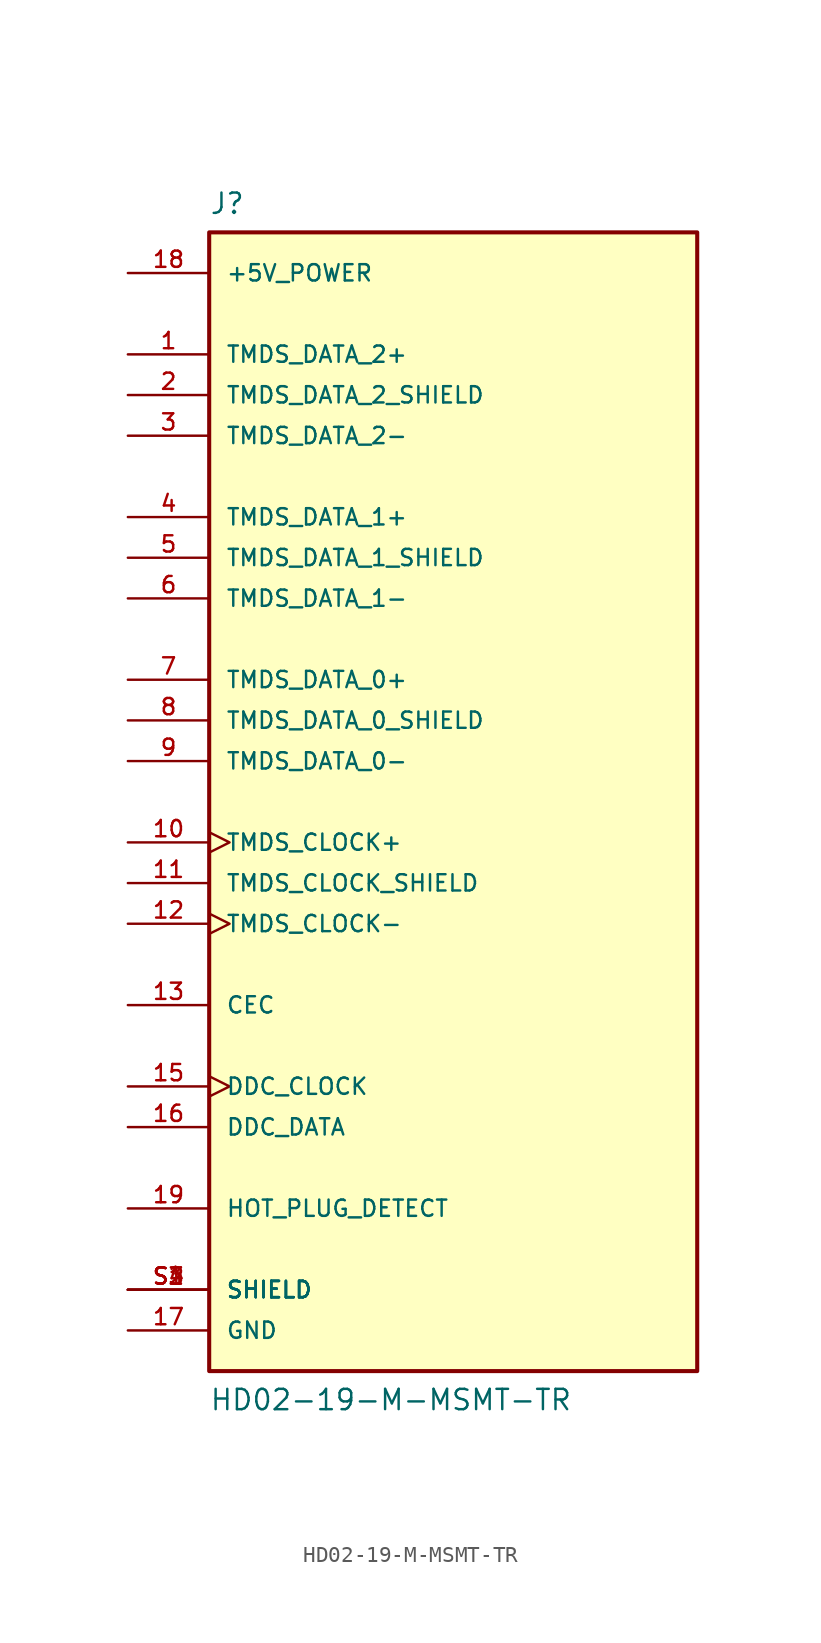
<source format=kicad_sym>
(kicad_symbol_lib
  (version 20211014)
  (generator kicad_symbol_editor)
  (symbol "HD02-19-M-MSMT-TR"
    (pin_names
      (offset 1.016))
    (property "Reference" "J"
      (at -15.24 38.1 0)
      (effects (font (size 1.27 1.27)) (justify top left)))
    (property "Value" "HD02-19-M-MSMT-TR"
      (at -15.24 -38.1 0)
      (effects (font (size 1.27 1.27)) (justify bottom left)))
    (symbol "HD02-19-M-MSMT-TR_0_0"
      (rectangle (start -15.24 -35.56) (end 15.24 35.56) (stroke (width 0.254)) (fill (type background)))
      (pin bidirectional line (at -20.32 27.94 0) (length 5.08) (name "TMDS_DATA_2+" (effects (font (size 1.016 1.016)))) (number "1" (effects (font (size 1.016 1.016)))))
      (pin passive line (at -20.32 25.4 0) (length 5.08) (name "TMDS_DATA_2_SHIELD" (effects (font (size 1.016 1.016)))) (number "2" (effects (font (size 1.016 1.016)))))
      (pin bidirectional line (at -20.32 22.86 0) (length 5.08) (name "TMDS_DATA_2-" (effects (font (size 1.016 1.016)))) (number "3" (effects (font (size 1.016 1.016)))))
      (pin bidirectional line (at -20.32 17.78 0) (length 5.08) (name "TMDS_DATA_1+" (effects (font (size 1.016 1.016)))) (number "4" (effects (font (size 1.016 1.016)))))
      (pin passive line (at -20.32 15.24 0) (length 5.08) (name "TMDS_DATA_1_SHIELD" (effects (font (size 1.016 1.016)))) (number "5" (effects (font (size 1.016 1.016)))))
      (pin bidirectional line (at -20.32 12.7 0) (length 5.08) (name "TMDS_DATA_1-" (effects (font (size 1.016 1.016)))) (number "6" (effects (font (size 1.016 1.016)))))
      (pin bidirectional line (at -20.32 7.62 0) (length 5.08) (name "TMDS_DATA_0+" (effects (font (size 1.016 1.016)))) (number "7" (effects (font (size 1.016 1.016)))))
      (pin passive line (at -20.32 5.08 0) (length 5.08) (name "TMDS_DATA_0_SHIELD" (effects (font (size 1.016 1.016)))) (number "8" (effects (font (size 1.016 1.016)))))
      (pin bidirectional line (at -20.32 2.54 0) (length 5.08) (name "TMDS_DATA_0-" (effects (font (size 1.016 1.016)))) (number "9" (effects (font (size 1.016 1.016)))))
      (pin bidirectional clock (at -20.32 -2.54 0) (length 5.08) (name "TMDS_CLOCK+" (effects (font (size 1.016 1.016)))) (number "10" (effects (font (size 1.016 1.016)))))
      (pin passive line (at -20.32 -5.08 0) (length 5.08) (name "TMDS_CLOCK_SHIELD" (effects (font (size 1.016 1.016)))) (number "11" (effects (font (size 1.016 1.016)))))
      (pin bidirectional clock (at -20.32 -7.62 0) (length 5.08) (name "TMDS_CLOCK-" (effects (font (size 1.016 1.016)))) (number "12" (effects (font (size 1.016 1.016)))))
      (pin bidirectional line (at -20.32 -12.7 0) (length 5.08) (name "CEC" (effects (font (size 1.016 1.016)))) (number "13" (effects (font (size 1.016 1.016)))))
      (pin bidirectional clock (at -20.32 -17.78 0) (length 5.08) (name "DDC_CLOCK" (effects (font (size 1.016 1.016)))) (number "15" (effects (font (size 1.016 1.016)))))
      (pin bidirectional line (at -20.32 -20.32 0) (length 5.08) (name "DDC_DATA" (effects (font (size 1.016 1.016)))) (number "16" (effects (font (size 1.016 1.016)))))
      (pin power_in line (at -20.32 -33.02 0) (length 5.08) (name "GND" (effects (font (size 1.016 1.016)))) (number "17" (effects (font (size 1.016 1.016)))))
      (pin power_in line (at -20.32 33.02 0) (length 5.08) (name "+5V_POWER" (effects (font (size 1.016 1.016)))) (number "18" (effects (font (size 1.016 1.016)))))
      (pin input line (at -20.32 -25.4 0) (length 5.08) (name "HOT_PLUG_DETECT" (effects (font (size 1.016 1.016)))) (number "19" (effects (font (size 1.016 1.016)))))
      (pin passive line (at -20.32 -30.48 0) (length 5.08) (name "SHIELD" (effects (font (size 1.016 1.016)))) (number "S1" (effects (font (size 1.016 1.016)))))
      (pin passive line (at -20.32 -30.48 0) (length 5.08) (name "SHIELD" (effects (font (size 1.016 1.016)))) (number "S2" (effects (font (size 1.016 1.016)))))
      (pin passive line (at -20.32 -30.48 0) (length 5.08) (name "SHIELD" (effects (font (size 1.016 1.016)))) (number "S3" (effects (font (size 1.016 1.016)))))
      (pin passive line (at -20.32 -30.48 0) (length 5.08) (name "SHIELD" (effects (font (size 1.016 1.016)))) (number "S4" (effects (font (size 1.016 1.016))))))))
</source>
